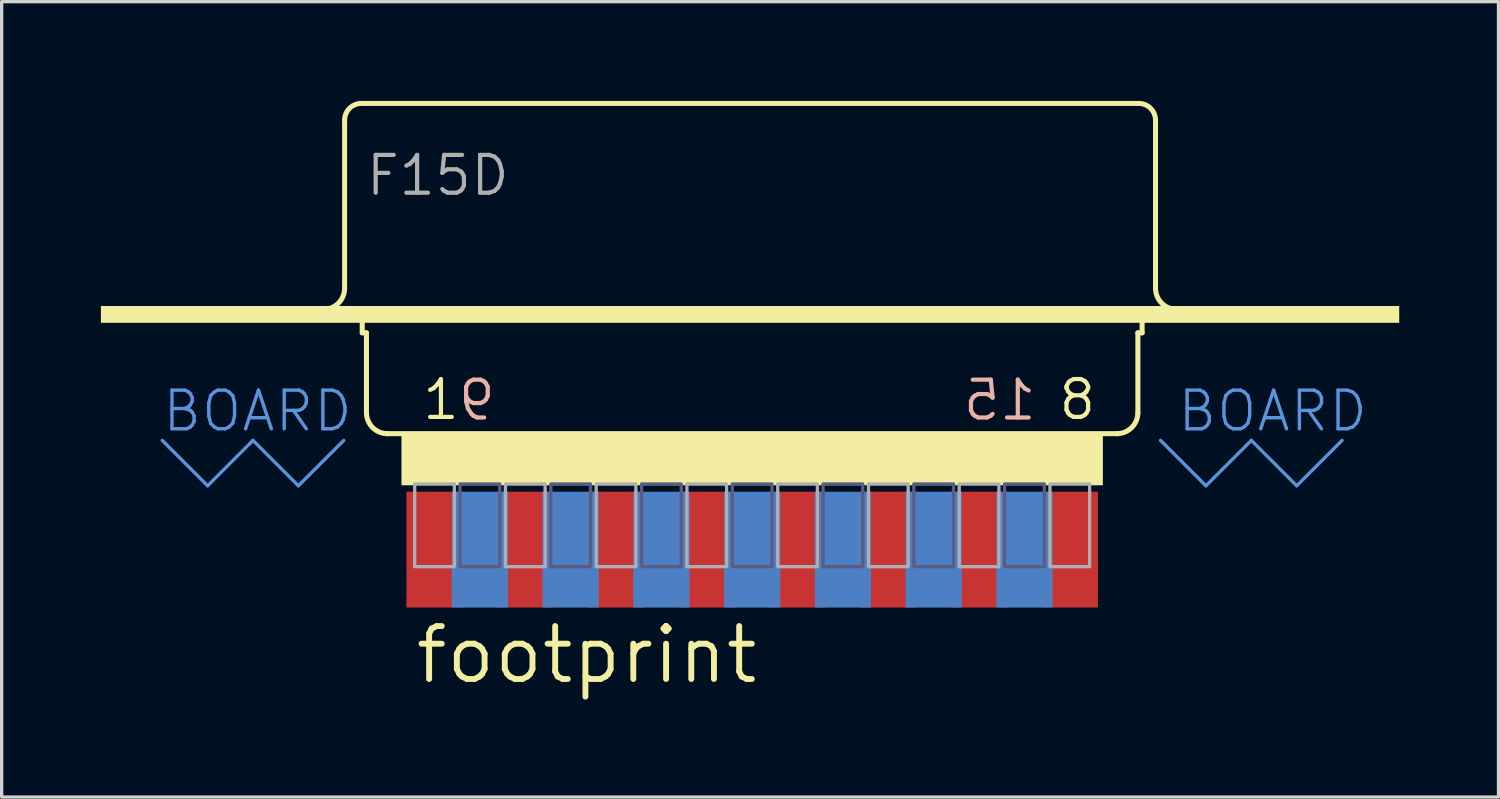
<source format=kicad_pcb>
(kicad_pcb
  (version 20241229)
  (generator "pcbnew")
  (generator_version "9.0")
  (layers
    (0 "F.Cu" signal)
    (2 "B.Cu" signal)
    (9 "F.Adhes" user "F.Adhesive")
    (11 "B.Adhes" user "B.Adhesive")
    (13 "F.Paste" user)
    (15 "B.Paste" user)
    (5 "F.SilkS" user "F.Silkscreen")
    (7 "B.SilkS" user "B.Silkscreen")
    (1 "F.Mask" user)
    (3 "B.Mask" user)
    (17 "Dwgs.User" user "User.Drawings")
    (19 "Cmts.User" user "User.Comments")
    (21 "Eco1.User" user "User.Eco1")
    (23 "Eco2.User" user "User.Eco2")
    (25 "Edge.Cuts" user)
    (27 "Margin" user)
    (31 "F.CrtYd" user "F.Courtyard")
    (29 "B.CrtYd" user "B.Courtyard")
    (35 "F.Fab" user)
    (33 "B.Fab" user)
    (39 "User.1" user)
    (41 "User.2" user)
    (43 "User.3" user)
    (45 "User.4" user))
  (footprint "footprint"
    (layer "F.Cu")
    (at 19.685 7.518)
    (property "Reference" "footprint" (at -10.262 10.16 0) (layer "F.SilkS") (effects (font (size 1.6 1.6) (thickness 0.178)) (justify left bottom)))
    (fp_line (start -12.319 -1.854) (end -12.319 -6.934) (stroke (width 0.152) (type solid)) (layer "F.SilkS"))
    (fp_line (start -11.811 -7.442) (end 11.684 -7.442) (stroke (width 0.152) (type solid)) (layer "F.SilkS"))
    (fp_line (start -11.786 -0.508) (end -11.786 -1.016) (stroke (width 0.152) (type solid)) (layer "F.SilkS"))
    (fp_line (start -11.786 -0.508) (end -11.659 -0.508) (stroke (width 0.152) (type solid)) (layer "F.SilkS"))
    (fp_line (start -11.659 1.905) (end -11.659 -0.508) (stroke (width 0.152) (type solid)) (layer "F.SilkS"))
    (fp_line (start -11.043 2.54) (end 11.043 2.54) (stroke (width 0.152) (type solid)) (layer "F.SilkS"))
    (fp_line (start 11.659 -0.508) (end 11.786 -0.508) (stroke (width 0.152) (type solid)) (layer "F.SilkS"))
    (fp_line (start 11.659 1.905) (end 11.659 -0.508) (stroke (width 0.152) (type solid)) (layer "F.SilkS"))
    (fp_line (start 11.786 -0.508) (end 11.786 -1.016) (stroke (width 0.152) (type solid)) (layer "F.SilkS"))
    (fp_line (start 12.192 -1.854) (end 12.192 -6.934) (stroke (width 0.152) (type solid)) (layer "F.SilkS"))
    (fp_arc (start -12.319 -6.9342) (mid -12.17021 -7.29341) (end -11.811 -7.4422) (stroke (width 0.1524) (type solid)) (layer "F.SilkS"))
    (fp_arc (start -12.319 -1.8542) (mid -12.504987 -1.405187) (end -12.954 -1.2192) (stroke (width 0.1524) (type solid)) (layer "F.SilkS"))
    (fp_arc (start -11.0236 2.54) (mid -11.472613 2.354013) (end -11.6586 1.905) (stroke (width 0.1524) (type solid)) (layer "F.SilkS"))
    (fp_arc (start 11.6586 1.905) (mid 11.472613 2.354013) (end 11.0236 2.54) (stroke (width 0.1524) (type solid)) (layer "F.SilkS"))
    (fp_arc (start 11.684 -7.4422) (mid 12.04321 -7.29341) (end 12.192 -6.9342) (stroke (width 0.1524) (type solid)) (layer "F.SilkS"))
    (fp_arc (start 12.827 -1.2192) (mid 12.377987 -1.405187) (end 12.192 -1.8542) (stroke (width 0.1524) (type solid)) (layer "F.SilkS"))
    (fp_poly (pts (xy -19.685 -0.811) (xy 19.558 -0.811) (xy 19.558 -1.319) (xy -19.685 -1.319)) (stroke (width 0) (type solid)) (fill yes) (layer "F.SilkS"))
    (fp_poly (pts (xy -10.6 4.1) (xy 10.6 4.1) (xy 10.6 2.5) (xy -10.6 2.5)) (stroke (width 0) (type solid)) (fill yes) (layer "F.SilkS"))
    (fp_line (start -17.831 2.743) (end -16.459 4.115) (stroke (width 0.1) (type solid)) (layer "Cmts.User"))
    (fp_line (start -16.459 4.115) (end -15.088 2.743) (stroke (width 0.1) (type solid)) (layer "Cmts.User"))
    (fp_line (start -15.088 2.743) (end -13.716 4.115) (stroke (width 0.1) (type solid)) (layer "Cmts.User"))
    (fp_line (start -13.716 4.115) (end -12.344 2.743) (stroke (width 0.1) (type solid)) (layer "Cmts.User"))
    (fp_line (start 12.344 2.743) (end 13.716 4.115) (stroke (width 0.1) (type solid)) (layer "Cmts.User"))
    (fp_line (start 13.716 4.115) (end 15.088 2.743) (stroke (width 0.1) (type solid)) (layer "Cmts.User"))
    (fp_line (start 15.088 2.743) (end 16.459 4.115) (stroke (width 0.1) (type solid)) (layer "Cmts.User"))
    (fp_line (start 16.459 4.115) (end 17.831 2.743) (stroke (width 0.1) (type solid)) (layer "Cmts.User"))
    (fp_poly (pts (xy -8.83 6.56) (xy -7.63 6.56) (xy -7.63 4.06) (xy -8.83 4.06)) (stroke (width 0.1) (type solid)) (fill no) (layer "B.Fab"))
    (fp_poly (pts (xy -6.086 6.56) (xy -4.886 6.56) (xy -4.886 4.06) (xy -6.086 4.06)) (stroke (width 0.1) (type solid)) (fill no) (layer "B.Fab"))
    (fp_poly (pts (xy -3.343 6.56) (xy -2.143 6.56) (xy -2.143 4.06) (xy -3.343 4.06)) (stroke (width 0.1) (type solid)) (fill no) (layer "B.Fab"))
    (fp_poly (pts (xy -0.6 6.56) (xy 0.6 6.56) (xy 0.6 4.06) (xy -0.6 4.06)) (stroke (width 0.1) (type solid)) (fill no) (layer "B.Fab"))
    (fp_poly (pts (xy 2.143 6.56) (xy 3.343 6.56) (xy 3.343 4.06) (xy 2.143 4.06)) (stroke (width 0.1) (type solid)) (fill no) (layer "B.Fab"))
    (fp_poly (pts (xy 4.886 6.56) (xy 6.086 6.56) (xy 6.086 4.06) (xy 4.886 4.06)) (stroke (width 0.1) (type solid)) (fill no) (layer "B.Fab"))
    (fp_poly (pts (xy 7.63 6.56) (xy 8.83 6.56) (xy 8.83 4.06) (xy 7.63 4.06)) (stroke (width 0.1) (type solid)) (fill no) (layer "B.Fab"))
    (fp_poly (pts (xy -10.201 6.56) (xy -9.001 6.56) (xy -9.001 4.06) (xy -10.201 4.06)) (stroke (width 0.1) (type solid)) (fill no) (layer "F.Fab"))
    (fp_poly (pts (xy -7.458 6.56) (xy -6.258 6.56) (xy -6.258 4.06) (xy -7.458 4.06)) (stroke (width 0.1) (type solid)) (fill no) (layer "F.Fab"))
    (fp_poly (pts (xy -4.715 6.56) (xy -3.515 6.56) (xy -3.515 4.06) (xy -4.715 4.06)) (stroke (width 0.1) (type solid)) (fill no) (layer "F.Fab"))
    (fp_poly (pts (xy -1.972 6.56) (xy -0.772 6.56) (xy -0.772 4.06) (xy -1.972 4.06)) (stroke (width 0.1) (type solid)) (fill no) (layer "F.Fab"))
    (fp_poly (pts (xy 0.772 6.56) (xy 1.972 6.56) (xy 1.972 4.06) (xy 0.772 4.06)) (stroke (width 0.1) (type solid)) (fill no) (layer "F.Fab"))
    (fp_poly (pts (xy 3.515 6.56) (xy 4.715 6.56) (xy 4.715 4.06) (xy 3.515 4.06)) (stroke (width 0.1) (type solid)) (fill no) (layer "F.Fab"))
    (fp_poly (pts (xy 6.258 6.56) (xy 7.458 6.56) (xy 7.458 4.06) (xy 6.258 4.06)) (stroke (width 0.1) (type solid)) (fill no) (layer "F.Fab"))
    (fp_poly (pts (xy 9.001 6.56) (xy 10.201 6.56) (xy 10.201 4.06) (xy 9.001 4.06)) (stroke (width 0.1) (type solid)) (fill no) (layer "F.Fab"))
    (fp_text user "1" (at -10.035 2.179 0) (layer "F.SilkS") (effects (font (size 1.143 1.143) (thickness 0.127)) (justify left bottom)))
    (fp_text user "8" (at 9.2 2.179 0) (layer "F.SilkS") (effects (font (size 1.143 1.143) (thickness 0.127)) (justify left bottom)))
    (fp_text user "15" (at 8.657 2.197 0) (layer "B.SilkS") (effects (font (size 1.143 1.143) (thickness 0.127)) (justify left bottom mirror)))
    (fp_text user "9" (at -7.692 2.197 0) (layer "B.SilkS") (effects (font (size 1.143 1.143) (thickness 0.127)) (justify left bottom mirror)))
    (fp_text user "BOARD" (at 12.802 2.54 0) (layer "Cmts.User") (effects (font (size 1.168 1.168) (thickness 0.102)) (justify left bottom)))
    (fp_text user "BOARD " (at -17.882 2.54 0) (layer "Cmts.User") (effects (font (size 1.168 1.168) (thickness 0.102)) (justify left bottom)))
    (fp_text user "F15D" (at -11.735 -4.597 0) (layer "F.Fab") (effects (font (size 1.143 1.143) (thickness 0.127)) (justify left bottom)))
    (pad "1" smd rect (at -9.601 6.045) (size 1.7 3.5) (layers "F.Cu" "F.Mask" "F.Paste"))
    (pad "2" smd rect (at -6.858 6.045) (size 1.7 3.5) (layers "F.Cu" "F.Mask" "F.Paste"))
    (pad "3" smd rect (at -4.115 6.045) (size 1.7 3.5) (layers "F.Cu" "F.Mask" "F.Paste"))
    (pad "4" smd rect (at -1.372 6.045) (size 1.7 3.5) (layers "F.Cu" "F.Mask" "F.Paste"))
    (pad "5" smd rect (at 1.372 6.045) (size 1.7 3.5) (layers "F.Cu" "F.Mask" "F.Paste"))
    (pad "6" smd rect (at 4.115 6.045) (size 1.7 3.5) (layers "F.Cu" "F.Mask" "F.Paste"))
    (pad "7" smd rect (at 6.858 6.045) (size 1.7 3.5) (layers "F.Cu" "F.Mask" "F.Paste"))
    (pad "8" smd rect (at 9.601 6.045) (size 1.7 3.5) (layers "F.Cu" "F.Mask" "F.Paste"))
    (pad "9" smd rect (at -8.23 6.045) (size 1.7 3.5) (layers "B.Cu" "B.Mask" "B.Paste"))
    (pad "10" smd rect (at -5.486 6.045) (size 1.7 3.5) (layers "B.Cu" "B.Mask" "B.Paste"))
    (pad "11" smd rect (at -2.743 6.045) (size 1.7 3.5) (layers "B.Cu" "B.Mask" "B.Paste"))
    (pad "12" smd rect (at 0 6.045) (size 1.7 3.5) (layers "B.Cu" "B.Mask" "B.Paste"))
    (pad "13" smd rect (at 2.743 6.045) (size 1.7 3.5) (layers "B.Cu" "B.Mask" "B.Paste"))
    (pad "14" smd rect (at 5.486 6.045) (size 1.7 3.5) (layers "B.Cu" "B.Mask" "B.Paste"))
    (pad "15" smd rect (at 8.23 6.045) (size 1.7 3.5) (layers "B.Cu" "B.Mask" "B.Paste")))
  (gr_rect
    (start -3 -3)
    (end 42.243 21.041)
    (stroke (width 0.1) (type default))
    (fill no)
    (layer "Edge.Cuts")))
</source>
